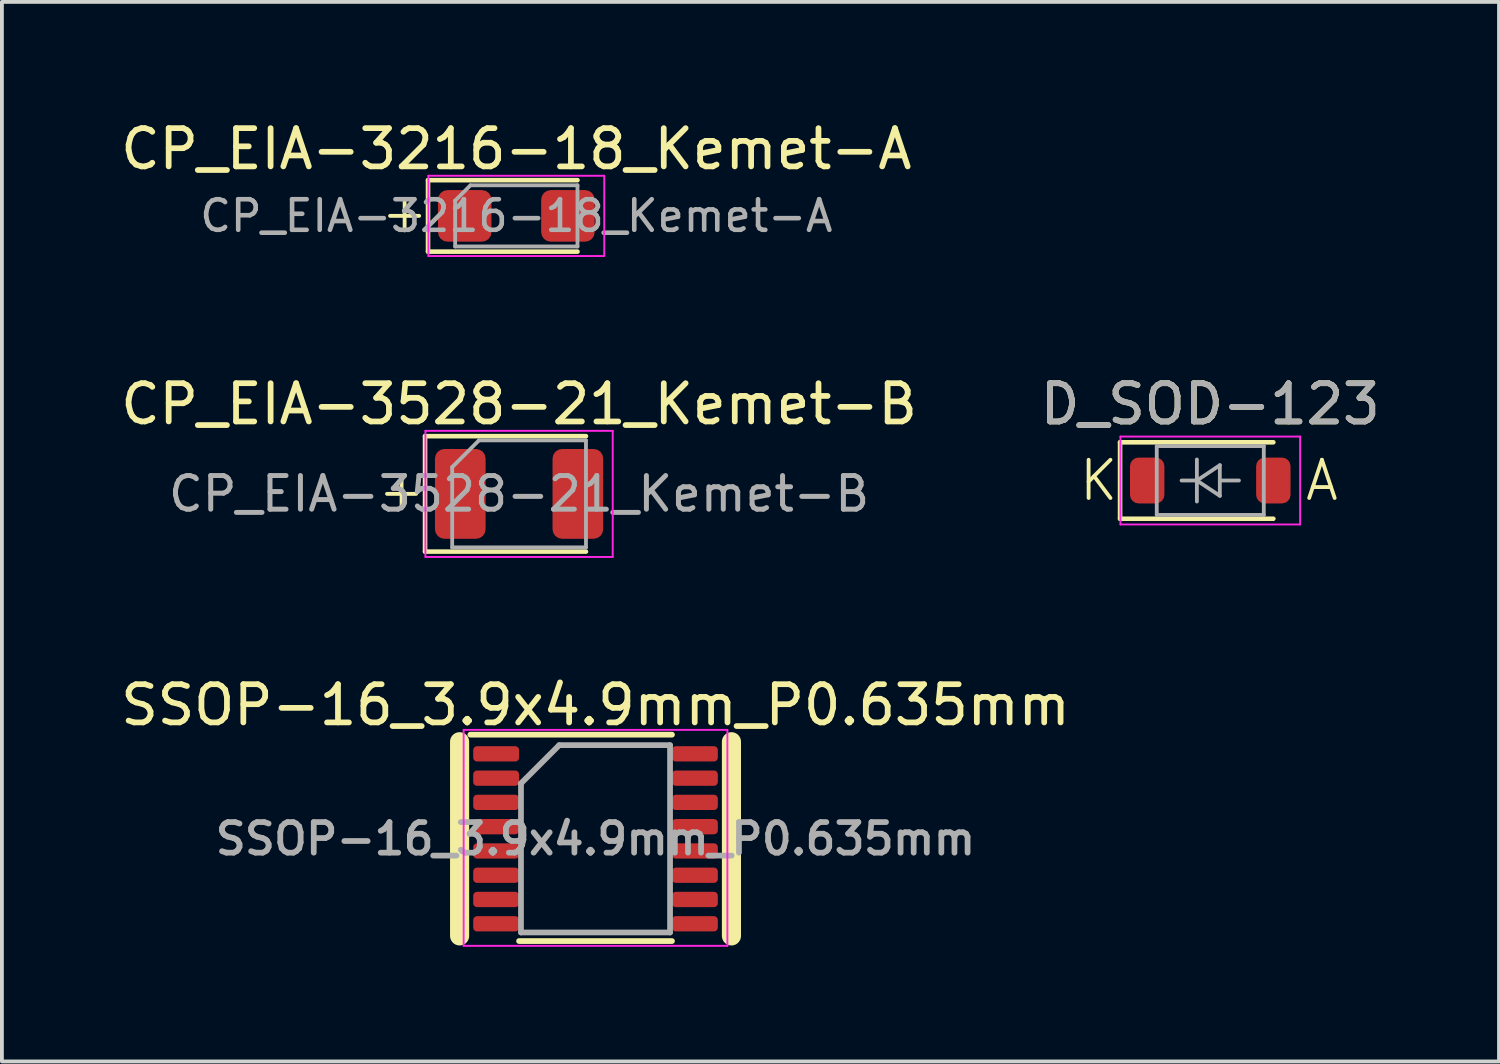
<source format=kicad_pcb>
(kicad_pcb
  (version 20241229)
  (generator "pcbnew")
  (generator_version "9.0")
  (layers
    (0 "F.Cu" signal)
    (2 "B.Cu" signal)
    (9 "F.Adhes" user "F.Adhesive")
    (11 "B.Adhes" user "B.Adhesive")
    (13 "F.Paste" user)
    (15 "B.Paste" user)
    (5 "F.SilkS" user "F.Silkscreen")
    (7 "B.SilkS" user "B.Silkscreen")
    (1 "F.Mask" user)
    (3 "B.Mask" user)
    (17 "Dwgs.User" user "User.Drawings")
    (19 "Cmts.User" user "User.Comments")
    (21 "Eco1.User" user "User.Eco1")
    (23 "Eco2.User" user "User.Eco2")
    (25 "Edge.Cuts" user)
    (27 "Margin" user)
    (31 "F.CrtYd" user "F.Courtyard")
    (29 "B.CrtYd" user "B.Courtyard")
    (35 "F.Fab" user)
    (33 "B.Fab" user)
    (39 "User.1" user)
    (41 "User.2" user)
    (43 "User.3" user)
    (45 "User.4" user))
  (footprint "SSOP-16_3.9x4.9mm_P0.635mm"
    (layer "F.Cu")
    (at 12.53 18.895)
    (property "Reference" "SSOP-16_3.9x4.9mm_P0.635mm" (at 0 -3.5 0) (layer "F.SilkS") (effects (font (size 1 1) (thickness 0.15))))
    (attr smd)
    (fp_line (start -3.556 -2.54) (end -3.556 2.54) (stroke (width 0.5) (type default)) (layer "F.SilkS"))
    (fp_line (start -3.275 -2.725) (end 2 -2.725) (stroke (width 0.15) (type solid)) (layer "F.SilkS"))
    (fp_line (start -2 2.675) (end 2 2.675) (stroke (width 0.15) (type solid)) (layer "F.SilkS"))
    (fp_line (start 3.556 -2.54) (end 3.556 2.54) (stroke (width 0.5) (type default)) (layer "F.SilkS"))
    (fp_line (start -3.45 -2.85) (end -3.45 2.8) (stroke (width 0.05) (type solid)) (layer "F.CrtYd"))
    (fp_line (start -3.45 -2.85) (end 3.45 -2.85) (stroke (width 0.05) (type solid)) (layer "F.CrtYd"))
    (fp_line (start -3.45 2.8) (end 3.45 2.8) (stroke (width 0.05) (type solid)) (layer "F.CrtYd"))
    (fp_line (start 3.45 -2.85) (end 3.45 2.8) (stroke (width 0.05) (type solid)) (layer "F.CrtYd"))
    (fp_line (start -1.95 -1.45) (end -0.95 -2.45) (stroke (width 0.15) (type solid)) (layer "F.Fab"))
    (fp_line (start -1.95 2.45) (end -1.95 -1.45) (stroke (width 0.15) (type solid)) (layer "F.Fab"))
    (fp_line (start -0.95 -2.45) (end 1.95 -2.45) (stroke (width 0.15) (type solid)) (layer "F.Fab"))
    (fp_line (start 1.95 -2.45) (end 1.95 2.45) (stroke (width 0.15) (type solid)) (layer "F.Fab"))
    (fp_line (start 1.95 2.45) (end -1.95 2.45) (stroke (width 0.15) (type solid)) (layer "F.Fab"))
    (fp_text user "${REFERENCE}" (at 0 0 0) (layer "F.Fab") (effects (font (size 0.8 0.8) (thickness 0.15))))
    (pad "1" smd roundrect (at -2.6 -2.223) (size 1.2 0.4) (layers "F.Cu" "F.Mask" "F.Paste") (roundrect_rratio 0.25))
    (pad "2" smd roundrect (at -2.6 -1.587) (size 1.2 0.4) (layers "F.Cu" "F.Mask" "F.Paste") (roundrect_rratio 0.25))
    (pad "3" smd roundrect (at -2.6 -0.953) (size 1.2 0.4) (layers "F.Cu" "F.Mask" "F.Paste") (roundrect_rratio 0.25))
    (pad "4" smd roundrect (at -2.6 -0.318) (size 1.2 0.4) (layers "F.Cu" "F.Mask" "F.Paste") (roundrect_rratio 0.25))
    (pad "5" smd roundrect (at -2.6 0.318) (size 1.2 0.4) (layers "F.Cu" "F.Mask" "F.Paste") (roundrect_rratio 0.25))
    (pad "6" smd roundrect (at -2.6 0.953) (size 1.2 0.4) (layers "F.Cu" "F.Mask" "F.Paste") (roundrect_rratio 0.25))
    (pad "7" smd roundrect (at -2.6 1.587) (size 1.2 0.4) (layers "F.Cu" "F.Mask" "F.Paste") (roundrect_rratio 0.25))
    (pad "8" smd roundrect (at -2.6 2.223) (size 1.2 0.4) (layers "F.Cu" "F.Mask" "F.Paste") (roundrect_rratio 0.25))
    (pad "9" smd roundrect (at 2.6 2.223) (size 1.2 0.4) (layers "F.Cu" "F.Mask" "F.Paste") (roundrect_rratio 0.25))
    (pad "10" smd roundrect (at 2.6 1.587) (size 1.2 0.4) (layers "F.Cu" "F.Mask" "F.Paste") (roundrect_rratio 0.25))
    (pad "11" smd roundrect (at 2.6 0.953) (size 1.2 0.4) (layers "F.Cu" "F.Mask" "F.Paste") (roundrect_rratio 0.25))
    (pad "12" smd roundrect (at 2.6 0.318) (size 1.2 0.4) (layers "F.Cu" "F.Mask" "F.Paste") (roundrect_rratio 0.25))
    (pad "13" smd roundrect (at 2.6 -0.318) (size 1.2 0.4) (layers "F.Cu" "F.Mask" "F.Paste") (roundrect_rratio 0.25))
    (pad "14" smd roundrect (at 2.6 -0.953) (size 1.2 0.4) (layers "F.Cu" "F.Mask" "F.Paste") (roundrect_rratio 0.25))
    (pad "15" smd roundrect (at 2.6 -1.587) (size 1.2 0.4) (layers "F.Cu" "F.Mask" "F.Paste") (roundrect_rratio 0.25))
    (pad "16" smd roundrect (at 2.6 -2.223) (size 1.2 0.4) (layers "F.Cu" "F.Mask" "F.Paste") (roundrect_rratio 0.25)))
  (footprint "CP_EIA-3528-21_Kemet-B"
    (layer "F.Cu")
    (at 10.53 9.871)
    (property "Reference" "CP_EIA-3528-21_Kemet-B" (at 0 -2.35 0) (layer "F.SilkS") (effects (font (size 1 1) (thickness 0.15))))
    (attr smd)
    (fp_line (start -2.46 -1.51) (end -2.46 1.51) (stroke (width 0.12) (type solid)) (layer "F.SilkS"))
    (fp_line (start -2.46 1.51) (end 1.75 1.51) (stroke (width 0.12) (type solid)) (layer "F.SilkS"))
    (fp_line (start 1.75 -1.51) (end -2.46 -1.51) (stroke (width 0.12) (type solid)) (layer "F.SilkS"))
    (fp_line (start -2.45 -1.65) (end 2.45 -1.65) (stroke (width 0.05) (type solid)) (layer "F.CrtYd"))
    (fp_line (start -2.45 1.65) (end -2.45 -1.65) (stroke (width 0.05) (type solid)) (layer "F.CrtYd"))
    (fp_line (start 2.45 -1.65) (end 2.45 1.65) (stroke (width 0.05) (type solid)) (layer "F.CrtYd"))
    (fp_line (start 2.45 1.65) (end -2.45 1.65) (stroke (width 0.05) (type solid)) (layer "F.CrtYd"))
    (fp_line (start -1.75 -0.7) (end -1.75 1.4) (stroke (width 0.1) (type solid)) (layer "F.Fab"))
    (fp_line (start -1.75 1.4) (end 1.75 1.4) (stroke (width 0.1) (type solid)) (layer "F.Fab"))
    (fp_line (start -1.05 -1.4) (end -1.75 -0.7) (stroke (width 0.1) (type solid)) (layer "F.Fab"))
    (fp_line (start 1.75 -1.4) (end -1.05 -1.4) (stroke (width 0.1) (type solid)) (layer "F.Fab"))
    (fp_line (start 1.75 1.4) (end 1.75 -1.4) (stroke (width 0.1) (type solid)) (layer "F.Fab"))
    (fp_text user "+" (at -3.759 0.508 0) (unlocked yes) (layer "F.SilkS") (effects (font (size 1 1) (thickness 0.1)) (justify left bottom)))
    (fp_text user "${REFERENCE}" (at 0 0 0) (layer "F.Fab") (effects (font (size 0.88 0.88) (thickness 0.13))))
    (pad "1" smd roundrect (at -1.538 0) (size 1.325 2.35) (layers "F.Cu" "F.Mask" "F.Paste") (roundrect_rratio 0.189))
    (pad "2" smd roundrect (at 1.538 0) (size 1.325 2.35) (layers "F.Cu" "F.Mask" "F.Paste") (roundrect_rratio 0.189)))
  (footprint "CP_EIA-3216-18_Kemet-A"
    (layer "F.Cu")
    (at 10.458 2.598)
    (property "Reference" "CP_EIA-3216-18_Kemet-A" (at 0 -1.75 0) (layer "F.SilkS") (effects (font (size 1 1) (thickness 0.15))))
    (attr smd)
    (fp_line (start -2.31 -0.935) (end -2.31 0.935) (stroke (width 0.12) (type solid)) (layer "F.SilkS"))
    (fp_line (start -2.31 0.935) (end 1.6 0.935) (stroke (width 0.12) (type solid)) (layer "F.SilkS"))
    (fp_line (start 1.6 -0.935) (end -2.31 -0.935) (stroke (width 0.12) (type solid)) (layer "F.SilkS"))
    (fp_line (start -2.3 -1.05) (end 2.3 -1.05) (stroke (width 0.05) (type solid)) (layer "F.CrtYd"))
    (fp_line (start -2.3 1.05) (end -2.3 -1.05) (stroke (width 0.05) (type solid)) (layer "F.CrtYd"))
    (fp_line (start 2.3 -1.05) (end 2.3 1.05) (stroke (width 0.05) (type solid)) (layer "F.CrtYd"))
    (fp_line (start 2.3 1.05) (end -2.3 1.05) (stroke (width 0.05) (type solid)) (layer "F.CrtYd"))
    (fp_line (start -1.6 -0.4) (end -1.6 0.8) (stroke (width 0.1) (type solid)) (layer "F.Fab"))
    (fp_line (start -1.6 0.8) (end 1.6 0.8) (stroke (width 0.1) (type solid)) (layer "F.Fab"))
    (fp_line (start -1.2 -0.8) (end -1.6 -0.4) (stroke (width 0.1) (type solid)) (layer "F.Fab"))
    (fp_line (start 1.6 -0.8) (end -1.2 -0.8) (stroke (width 0.1) (type solid)) (layer "F.Fab"))
    (fp_line (start 1.6 0.8) (end 1.6 -0.8) (stroke (width 0.1) (type solid)) (layer "F.Fab"))
    (fp_text user "+" (at -3.607 0.508 0) (unlocked yes) (layer "F.SilkS") (effects (font (size 1 1) (thickness 0.1)) (justify left bottom)))
    (fp_text user "${REFERENCE}" (at 0 0 0) (layer "F.Fab") (effects (font (size 0.8 0.8) (thickness 0.12))))
    (pad "1" smd roundrect (at -1.35 0) (size 1.4 1.35) (layers "F.Cu" "F.Mask" "F.Paste") (roundrect_rratio 0.185))
    (pad "2" smd roundrect (at 1.35 0) (size 1.4 1.35) (layers "F.Cu" "F.Mask" "F.Paste") (roundrect_rratio 0.185)))
  (footprint "D_SOD-123"
    (layer "F.Cu")
    (at 28.613 9.521)
    (property "Reference" "D_SOD-123" (at 0 -2 0) (layer "F.SilkS") (effects (font (size 1 1) (thickness 0.15))))
    (attr smd)
    (fp_line (start -2.36 -1) (end -2.36 1) (stroke (width 0.12) (type solid)) (layer "F.SilkS"))
    (fp_line (start -2.36 -1) (end 1.65 -1) (stroke (width 0.12) (type solid)) (layer "F.SilkS"))
    (fp_line (start -2.36 1) (end 1.65 1) (stroke (width 0.12) (type solid)) (layer "F.SilkS"))
    (fp_line (start -2.35 -1.15) (end -2.35 1.15) (stroke (width 0.05) (type solid)) (layer "F.CrtYd"))
    (fp_line (start -2.35 -1.15) (end 2.35 -1.15) (stroke (width 0.05) (type solid)) (layer "F.CrtYd"))
    (fp_line (start 2.35 -1.15) (end 2.35 1.15) (stroke (width 0.05) (type solid)) (layer "F.CrtYd"))
    (fp_line (start 2.35 1.15) (end -2.35 1.15) (stroke (width 0.05) (type solid)) (layer "F.CrtYd"))
    (fp_line (start -1.4 -0.9) (end 1.4 -0.9) (stroke (width 0.1) (type solid)) (layer "F.Fab"))
    (fp_line (start -1.4 0.9) (end -1.4 -0.9) (stroke (width 0.1) (type solid)) (layer "F.Fab"))
    (fp_line (start -0.75 0) (end -0.35 0) (stroke (width 0.1) (type solid)) (layer "F.Fab"))
    (fp_line (start -0.35 0) (end -0.35 -0.55) (stroke (width 0.1) (type solid)) (layer "F.Fab"))
    (fp_line (start -0.35 0) (end -0.35 0.55) (stroke (width 0.1) (type solid)) (layer "F.Fab"))
    (fp_line (start -0.35 0) (end 0.25 -0.4) (stroke (width 0.1) (type solid)) (layer "F.Fab"))
    (fp_line (start 0.25 -0.4) (end 0.25 0.4) (stroke (width 0.1) (type solid)) (layer "F.Fab"))
    (fp_line (start 0.25 0) (end 0.75 0) (stroke (width 0.1) (type solid)) (layer "F.Fab"))
    (fp_line (start 0.25 0.4) (end -0.35 0) (stroke (width 0.1) (type solid)) (layer "F.Fab"))
    (fp_line (start 1.4 -0.9) (end 1.4 0.9) (stroke (width 0.1) (type solid)) (layer "F.Fab"))
    (fp_line (start 1.4 0.9) (end -1.4 0.9) (stroke (width 0.1) (type solid)) (layer "F.Fab"))
    (fp_text user "K" (at -2.921 0 0) (unlocked yes) (layer "F.SilkS") (effects (font (size 1 1) (thickness 0.1))))
    (fp_text user "A" (at 2.921 0 0) (unlocked yes) (layer "F.SilkS") (effects (font (size 1 1) (thickness 0.1))))
    (fp_text user "${REFERENCE}" (at 0 -2 0) (layer "F.Fab") (effects (font (size 1 1) (thickness 0.15))))
    (pad "1" smd roundrect (at -1.65 0) (size 0.9 1.2) (layers "F.Cu" "F.Mask" "F.Paste") (roundrect_rratio 0.25))
    (pad "2" smd roundrect (at 1.65 0) (size 0.9 1.2) (layers "F.Cu" "F.Mask" "F.Paste") (roundrect_rratio 0.25)))
  (gr_rect
    (start -3 -3)
    (end 36.167 24.72)
    (stroke (width 0.1) (type default))
    (fill no)
    (layer "Edge.Cuts")))
</source>
